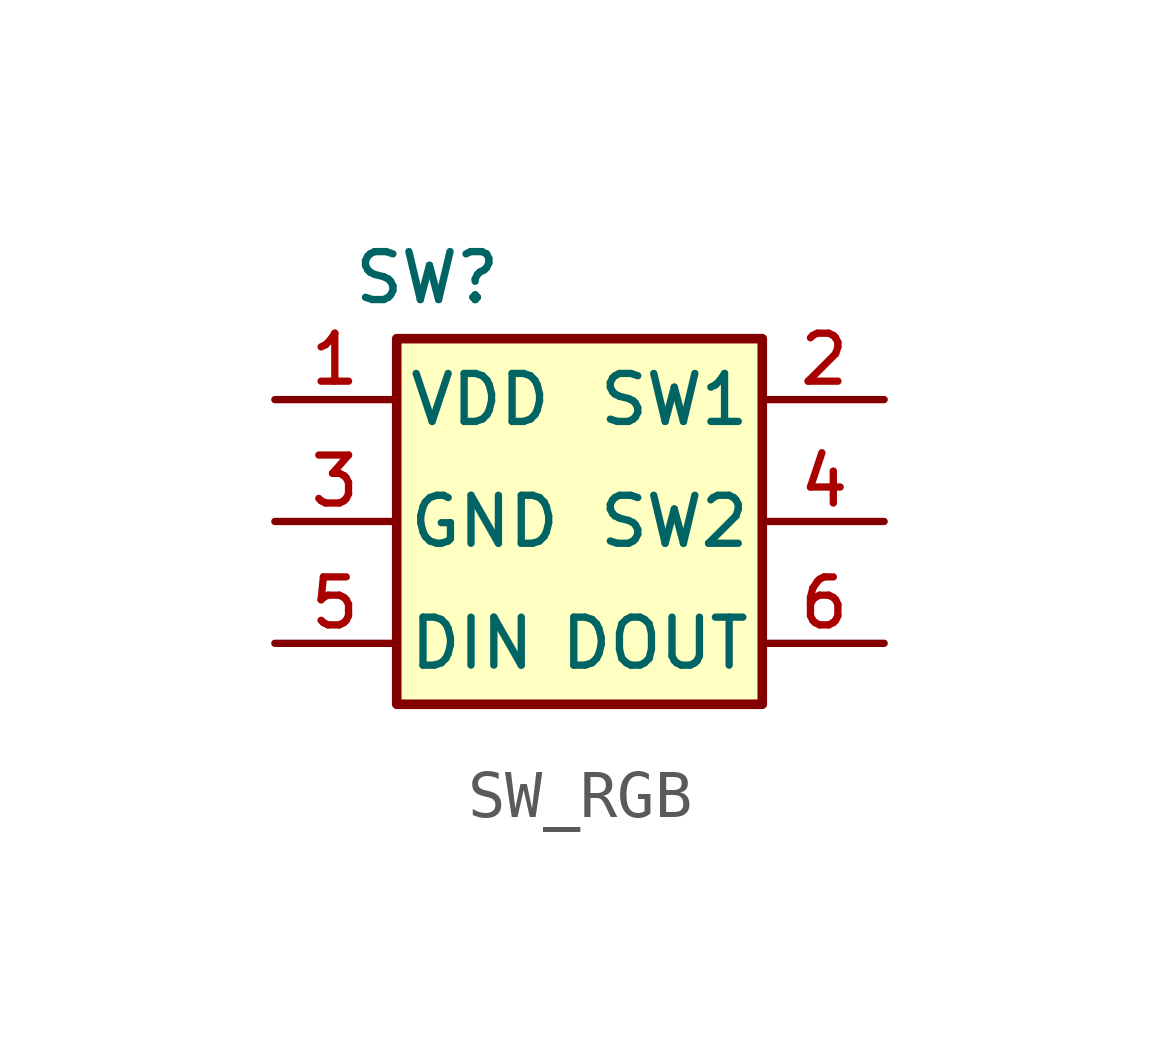
<source format=kicad_sym>
(kicad_symbol_lib
  (version 20241209)
  (generator "kicad_symbol_editor")
  (generator_version "9.0")
  (symbol "SW_RGB"
    (pin_names
      (offset 0.25))
    (property "Reference" "SW"
      (at -3.175 5.08 0)
      (effects (font (size 1 1))))
    (symbol "SW_RGB_0_0"
      (pin power_in line (at -6.35 2.54 0) (length 2.5) (name "VDD" (effects (font (size 1 1)))) (number "1" (effects (font (size 1 1)))))
      (pin power_in line (at -6.35 0 0) (length 2.5) (name "GND" (effects (font (size 1 1)))) (number "3" (effects (font (size 1 1)))))
      (pin input line (at -6.35 -2.54 0) (length 2.5) (name "DIN" (effects (font (size 1 1)))) (number "5" (effects (font (size 1 1)))))
      (pin passive line (at 6.35 2.54 180) (length 2.5) (name "SW1" (effects (font (size 1 1)))) (number "2" (effects (font (size 1 1)))))
      (pin passive line (at 6.35 0 180) (length 2.5) (name "SW2" (effects (font (size 1 1)))) (number "4" (effects (font (size 1 1)))))
      (pin output line (at 6.35 -2.54 180) (length 2.5) (name "DOUT" (effects (font (size 1 1)))) (number "6" (effects (font (size 1 1))))))
    (symbol "SW_RGB_0_1"
      (rectangle (start -3.81 3.81) (end 3.81 -3.81) (stroke (width 0.2) (type default)) (fill (type background))))))
</source>
